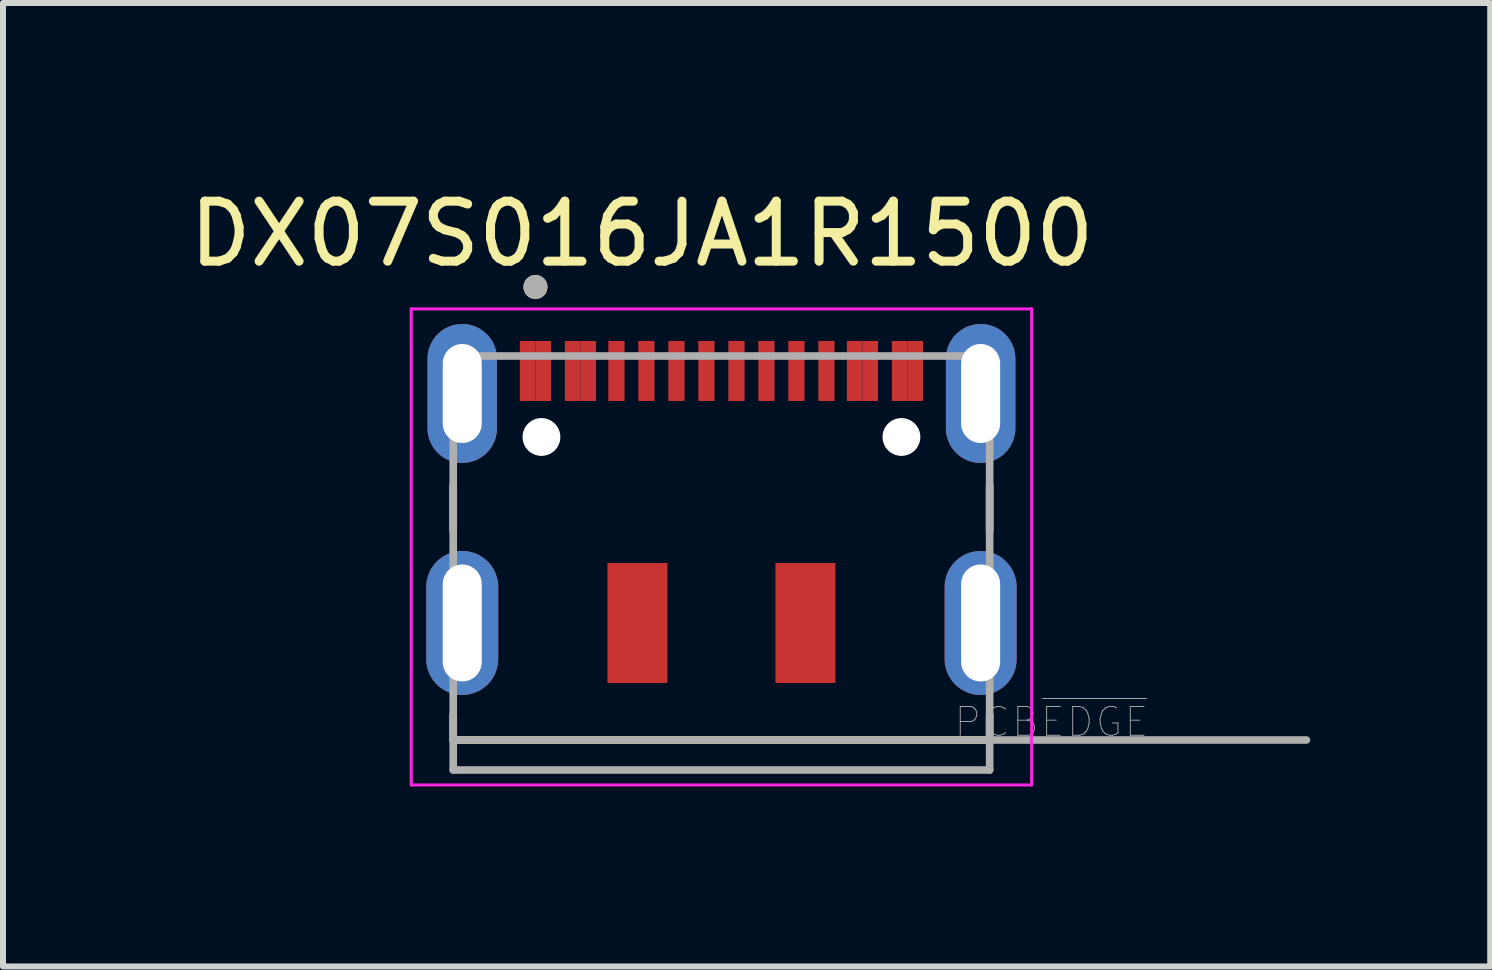
<source format=kicad_pcb>
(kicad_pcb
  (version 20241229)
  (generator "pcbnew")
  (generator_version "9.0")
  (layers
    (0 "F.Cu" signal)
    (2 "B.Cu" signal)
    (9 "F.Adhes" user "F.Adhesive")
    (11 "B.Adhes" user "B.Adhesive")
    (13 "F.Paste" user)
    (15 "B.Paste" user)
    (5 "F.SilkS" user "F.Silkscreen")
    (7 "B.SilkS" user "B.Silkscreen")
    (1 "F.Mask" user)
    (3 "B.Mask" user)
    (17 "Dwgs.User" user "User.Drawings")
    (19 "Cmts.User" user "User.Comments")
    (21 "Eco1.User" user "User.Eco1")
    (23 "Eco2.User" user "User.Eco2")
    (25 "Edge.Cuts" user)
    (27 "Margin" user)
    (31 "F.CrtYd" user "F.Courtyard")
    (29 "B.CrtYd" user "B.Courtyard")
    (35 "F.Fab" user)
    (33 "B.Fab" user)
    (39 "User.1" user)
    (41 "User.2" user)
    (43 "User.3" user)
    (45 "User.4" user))
  (footprint "DX07S016JA1R1500"
    (layer "F.Cu")
    (at 8.974 4.233)
    (property "Reference" "DX07S016JA1R1500" (at -1.325 -3.385 0) (layer "F.SilkS") (effects (font (size 1 1) (thickness 0.15))))
    (attr through_hole)
    (fp_line (start -4.47 0.805) (end -4.47 1.57) (stroke (width 0.127) (type solid)) (layer "F.SilkS"))
    (fp_line (start -4.47 5.05) (end -4.47 4.63) (stroke (width 0.127) (type solid)) (layer "F.SilkS"))
    (fp_line (start 4.47 0.805) (end 4.47 1.57) (stroke (width 0.127) (type solid)) (layer "F.SilkS"))
    (fp_line (start 4.47 4.63) (end 4.47 5.05) (stroke (width 0.127) (type solid)) (layer "F.SilkS"))
    (fp_line (start 4.47 5.05) (end -4.47 5.05) (stroke (width 0.127) (type solid)) (layer "F.SilkS"))
    (fp_circle (center -3.1 -2.5) (end -3 -2.5) (stroke (width 0.2) (type solid)) (fill no) (layer "F.SilkS"))
    (fp_line (start -5.17 -2.135) (end 5.17 -2.135) (stroke (width 0.05) (type solid)) (layer "F.CrtYd"))
    (fp_line (start -5.17 5.8) (end -5.17 -2.135) (stroke (width 0.05) (type solid)) (layer "F.CrtYd"))
    (fp_line (start 5.17 -2.135) (end 5.17 5.8) (stroke (width 0.05) (type solid)) (layer "F.CrtYd"))
    (fp_line (start 5.17 5.8) (end -5.17 5.8) (stroke (width 0.05) (type solid)) (layer "F.CrtYd"))
    (fp_line (start -4.47 -1.35) (end 4.47 -1.35) (stroke (width 0.127) (type solid)) (layer "F.Fab"))
    (fp_line (start -4.47 5.05) (end -4.47 -1.35) (stroke (width 0.127) (type solid)) (layer "F.Fab"))
    (fp_line (start -4.47 5.55) (end -4.47 5.05) (stroke (width 0.127) (type solid)) (layer "F.Fab"))
    (fp_line (start 4.47 -1.35) (end 4.47 5.05) (stroke (width 0.127) (type solid)) (layer "F.Fab"))
    (fp_line (start 4.47 5.05) (end -4.47 5.05) (stroke (width 0.127) (type solid)) (layer "F.Fab"))
    (fp_line (start 4.47 5.05) (end 4.47 5.55) (stroke (width 0.127) (type solid)) (layer "F.Fab"))
    (fp_line (start 4.47 5.05) (end 9.75 5.05) (stroke (width 0.127) (type solid)) (layer "F.Fab"))
    (fp_line (start 4.47 5.55) (end -4.47 5.55) (stroke (width 0.127) (type solid)) (layer "F.Fab"))
    (fp_circle (center -3.1 -2.5) (end -3 -2.5) (stroke (width 0.2) (type solid)) (fill no) (layer "F.Fab"))
    (fp_text user "PCB~{EDGE}" (at 5.5 4.75 0) (layer "F.Fab") (effects (font (size 0.48 0.48) (thickness 0.015))))
    (pad "" np_thru_hole circle (at -3 0) (size 0.63 0.63) (drill 0.63) (layers "*.Cu" "*.Mask"))
    (pad "" np_thru_hole circle (at 3 0) (size 0.63 0.63) (drill 0.63) (layers "*.Cu" "*.Mask"))
    (pad "A1" smd rect (at -3.23 -1.1) (size 0.26 1) (layers "F.Cu" "F.Mask" "F.Paste"))
    (pad "A4" smd rect (at -2.48 -1.1) (size 0.26 1) (layers "F.Cu" "F.Mask" "F.Paste"))
    (pad "A5" smd rect (at -1.75 -1.1) (size 0.27 1) (layers "F.Cu" "F.Mask" "F.Paste"))
    (pad "A6" smd rect (at -0.25 -1.1) (size 0.27 1) (layers "F.Cu" "F.Mask" "F.Paste"))
    (pad "A7" smd rect (at 0.75 -1.1) (size 0.27 1) (layers "F.Cu" "F.Mask" "F.Paste"))
    (pad "A8" smd rect (at 1.75 -1.1) (size 0.27 1) (layers "F.Cu" "F.Mask" "F.Paste"))
    (pad "A9" smd rect (at 2.48 -1.1) (size 0.26 1) (layers "F.Cu" "F.Mask" "F.Paste"))
    (pad "A12" smd rect (at 2.97 -1.1) (size 0.26 1) (layers "F.Cu" "F.Mask" "F.Paste"))
    (pad "B1" smd rect (at 3.23 -1.1) (size 0.26 1) (layers "F.Cu" "F.Mask" "F.Paste"))
    (pad "B4" smd rect (at 2.22 -1.1) (size 0.26 1) (layers "F.Cu" "F.Mask" "F.Paste"))
    (pad "B5" smd rect (at 1.25 -1.1) (size 0.27 1) (layers "F.Cu" "F.Mask" "F.Paste"))
    (pad "B6" smd rect (at 0.25 -1.1) (size 0.27 1) (layers "F.Cu" "F.Mask" "F.Paste"))
    (pad "B7" smd rect (at -0.75 -1.1) (size 0.27 1) (layers "F.Cu" "F.Mask" "F.Paste"))
    (pad "B8" smd rect (at -1.25 -1.1) (size 0.27 1) (layers "F.Cu" "F.Mask" "F.Paste"))
    (pad "B9" smd rect (at -2.22 -1.1) (size 0.26 1) (layers "F.Cu" "F.Mask" "F.Paste"))
    (pad "B12" smd rect (at -2.97 -1.1) (size 0.26 1) (layers "F.Cu" "F.Mask" "F.Paste"))
    (pad "S1" thru_hole oval (at -4.32 -0.725) (size 1.158 2.316) (drill oval 0.65 1.65) (layers "*.Cu" "*.Mask"))
    (pad "S1" thru_hole oval (at -4.32 3.1) (size 1.2 2.4) (drill oval 0.65 1.95) (layers "*.Cu" "*.Mask"))
    (pad "S1" smd rect (at -1.4 3.1) (size 1 2) (layers "F.Cu" "F.Mask" "F.Paste"))
    (pad "S1" smd rect (at 1.4 3.1) (size 1 2) (layers "F.Cu" "F.Mask" "F.Paste"))
    (pad "S1" thru_hole oval (at 4.32 -0.725) (size 1.158 2.316) (drill oval 0.65 1.65) (layers "*.Cu" "*.Mask"))
    (pad "S1" thru_hole oval (at 4.32 3.1) (size 1.2 2.4) (drill oval 0.65 1.95) (layers "*.Cu" "*.Mask")))
  (gr_rect
    (start -3 -3)
    (end 21.787 13.058)
    (stroke (width 0.1) (type default))
    (fill no)
    (layer "Edge.Cuts")))
</source>
